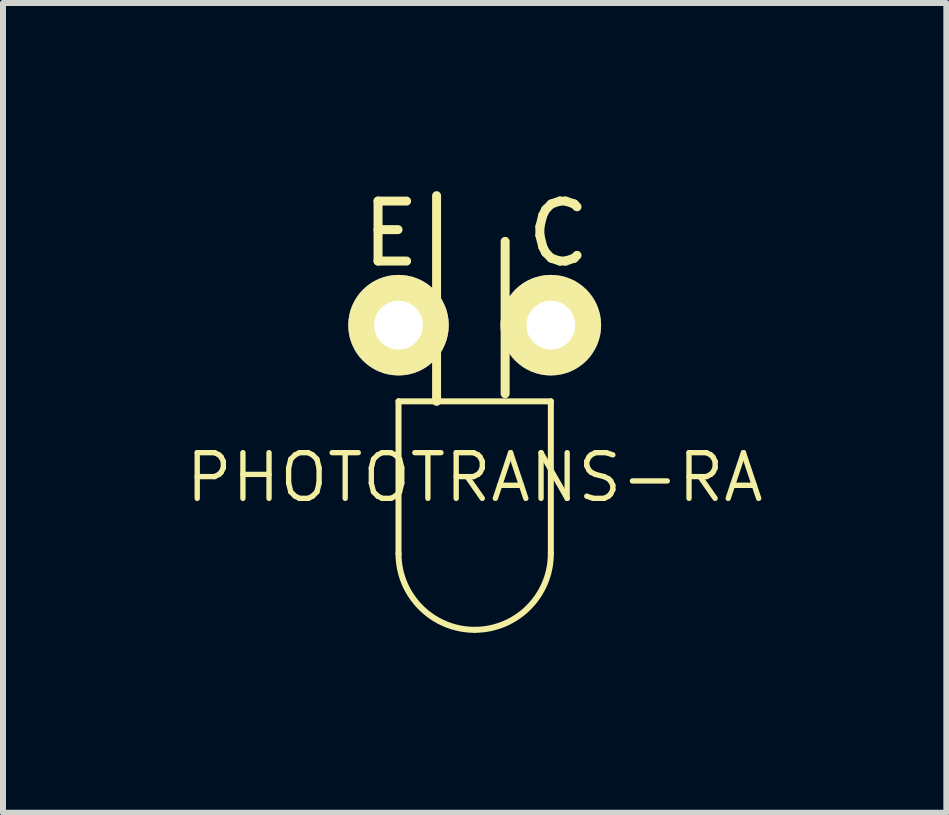
<source format=kicad_pcb>
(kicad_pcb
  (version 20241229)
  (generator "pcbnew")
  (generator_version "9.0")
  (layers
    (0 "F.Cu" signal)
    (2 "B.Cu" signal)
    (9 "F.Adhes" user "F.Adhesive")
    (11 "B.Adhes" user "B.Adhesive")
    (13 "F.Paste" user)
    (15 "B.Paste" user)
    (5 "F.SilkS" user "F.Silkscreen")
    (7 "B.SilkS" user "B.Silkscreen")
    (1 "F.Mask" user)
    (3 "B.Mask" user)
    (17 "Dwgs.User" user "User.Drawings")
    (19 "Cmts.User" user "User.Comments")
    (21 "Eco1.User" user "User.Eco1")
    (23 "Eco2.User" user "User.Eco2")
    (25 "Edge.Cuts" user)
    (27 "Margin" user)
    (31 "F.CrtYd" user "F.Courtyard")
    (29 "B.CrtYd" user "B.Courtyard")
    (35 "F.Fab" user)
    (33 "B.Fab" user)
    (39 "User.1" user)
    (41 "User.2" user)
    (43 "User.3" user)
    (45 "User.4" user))
  (footprint "PHOTOTRANS-RA"
    (layer "F.Cu")
    (at 4.865 2.372)
    (property "Reference" "PHOTOTRANS-RA" (at 0 2.54 180) (layer "F.SilkS") (effects (font (size 0.762 0.762) (thickness 0.089))))
    (attr through_hole)
    (fp_line (start -1.27 1.27) (end -1.27 3.81) (stroke (width 0.1) (type solid)) (layer "F.SilkS"))
    (fp_line (start -0.635 1.27) (end -0.635 -2.159) (stroke (width 0.15) (type solid)) (layer "F.SilkS"))
    (fp_line (start 0.508 1.143) (end 0.508 -1.397) (stroke (width 0.15) (type solid)) (layer "F.SilkS"))
    (fp_line (start 1.27 1.27) (end -1.27 1.27) (stroke (width 0.1) (type solid)) (layer "F.SilkS"))
    (fp_line (start 1.27 3.81) (end 1.27 1.27) (stroke (width 0.1) (type solid)) (layer "F.SilkS"))
    (fp_arc (start 0 5.08) (mid -0.898026 4.708026) (end -1.27 3.81) (stroke (width 0.1) (type solid)) (layer "F.SilkS"))
    (fp_arc (start 1.27 3.81) (mid 0.898026 4.708026) (end 0 5.08) (stroke (width 0.1) (type solid)) (layer "F.SilkS"))
    (fp_text user "C" (at 1.397 -1.524 0) (layer "F.SilkS") (effects (font (size 1 1) (thickness 0.15))))
    (fp_text user "E" (at -1.397 -1.524 0) (layer "F.SilkS") (effects (font (size 1 1) (thickness 0.15))))
    (pad "1" thru_hole circle (at -1.27 0) (size 1.676 1.676) (drill 0.813) (layers "*.Cu" "*.Mask" "F.SilkS"))
    (pad "3" thru_hole circle (at 1.27 0 45) (size 1.676 1.676) (drill 0.813) (layers "*.Cu" "*.Mask" "F.SilkS")))
  (gr_rect
    (start -3 -3)
    (end 12.73 10.502)
    (stroke (width 0.1) (type default))
    (fill no)
    (layer "Edge.Cuts")))
</source>
